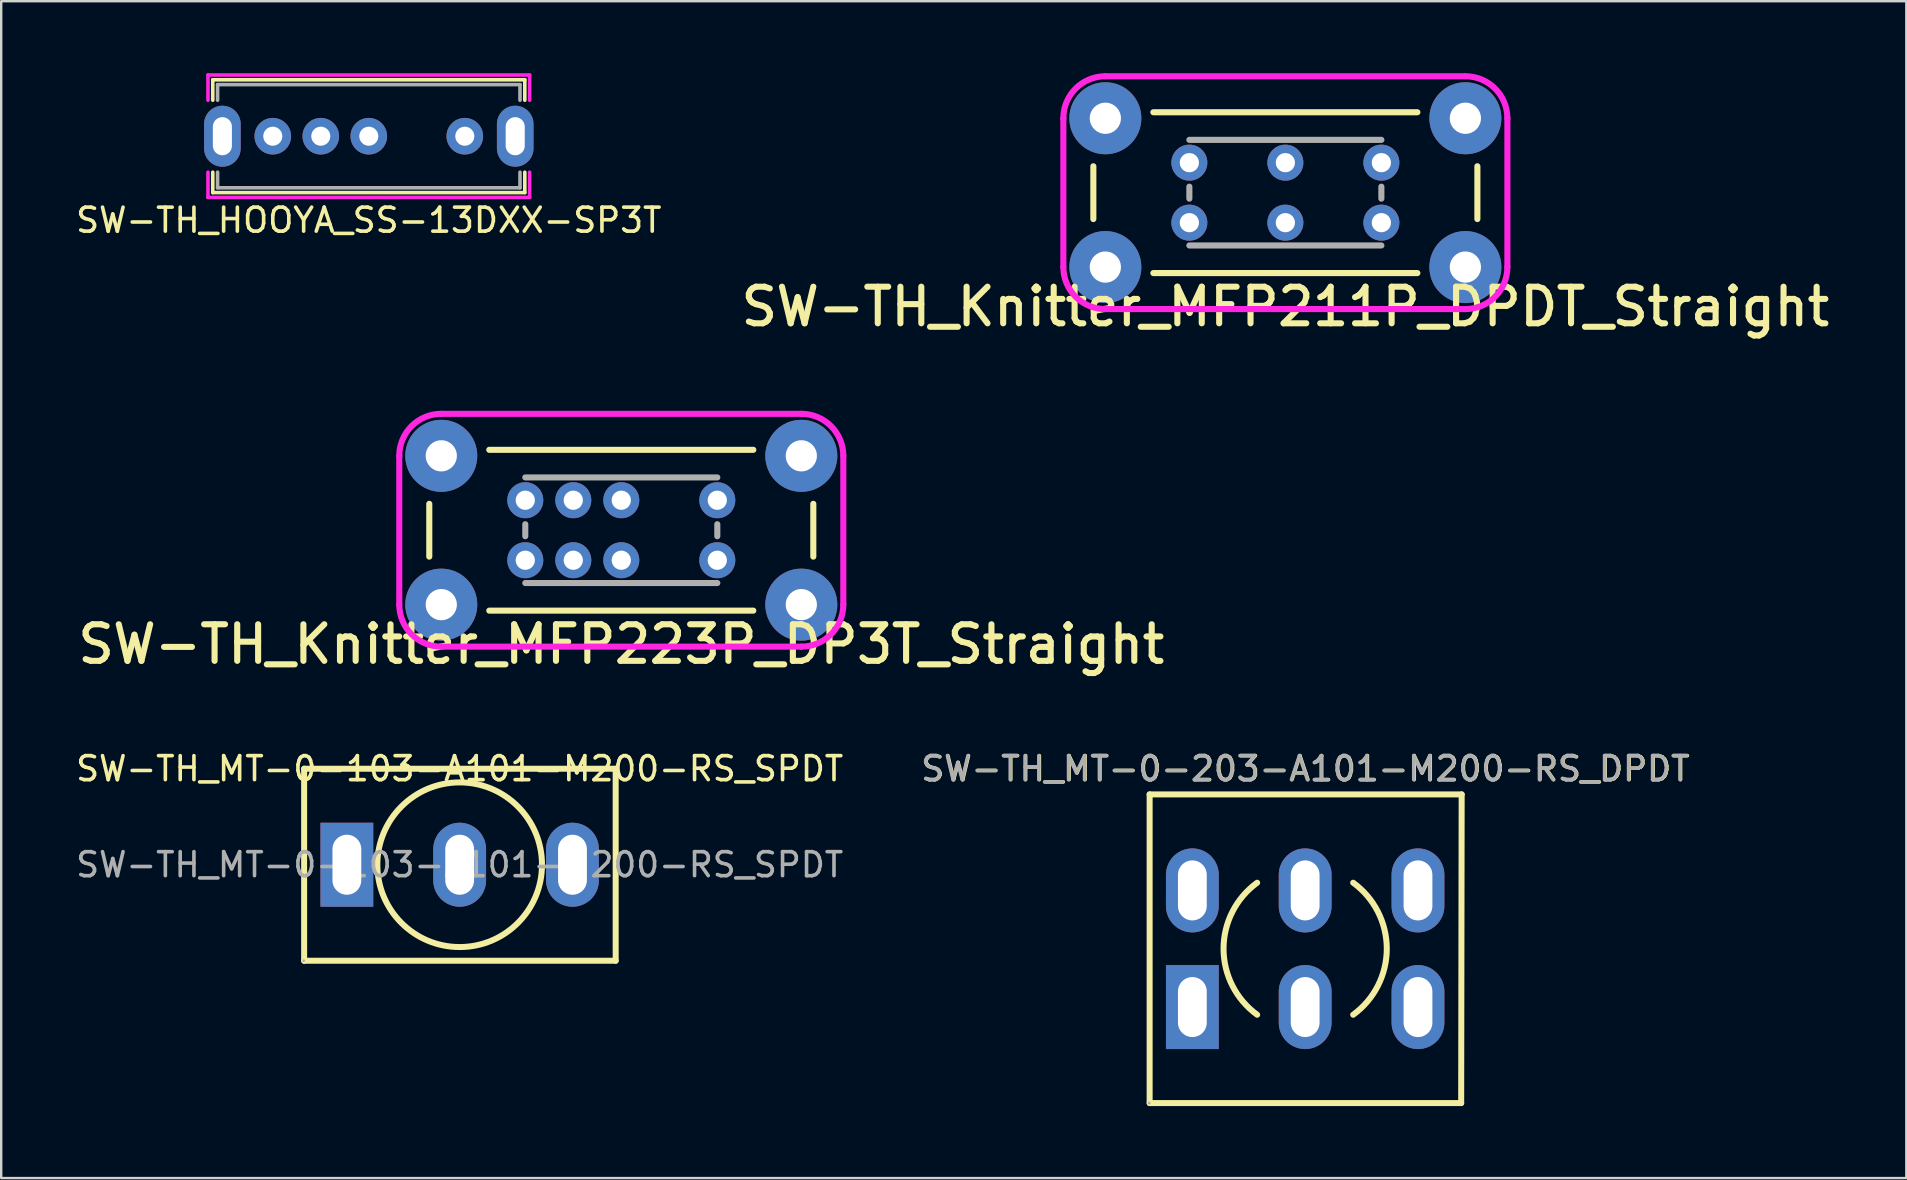
<source format=kicad_pcb>
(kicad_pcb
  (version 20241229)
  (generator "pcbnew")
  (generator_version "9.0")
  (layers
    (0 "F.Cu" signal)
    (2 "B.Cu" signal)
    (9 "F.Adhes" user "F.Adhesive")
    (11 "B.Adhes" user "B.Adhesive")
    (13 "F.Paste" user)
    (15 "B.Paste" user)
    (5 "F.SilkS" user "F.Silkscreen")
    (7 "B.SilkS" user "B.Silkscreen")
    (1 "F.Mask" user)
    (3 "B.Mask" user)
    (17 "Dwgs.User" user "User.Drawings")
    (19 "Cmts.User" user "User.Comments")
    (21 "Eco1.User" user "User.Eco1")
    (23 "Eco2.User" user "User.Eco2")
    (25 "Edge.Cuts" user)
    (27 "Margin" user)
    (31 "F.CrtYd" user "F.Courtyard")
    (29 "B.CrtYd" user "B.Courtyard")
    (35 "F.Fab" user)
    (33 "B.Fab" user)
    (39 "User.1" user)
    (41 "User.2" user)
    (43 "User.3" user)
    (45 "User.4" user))
  (footprint "SW-TH_HOOYA_SS-13DXX-SP3T"
    (layer "F.Cu")
    (at 8.315 2.625)
    (property "Reference" "SW-TH_HOOYA_SS-13DXX-SP3T" (at 4 3.5 0) (layer "F.SilkS") (effects (font (size 1 1) (thickness 0.15))))
    (attr through_hole)
    (fp_line (start -2.5 -2.35) (end 10.5 -2.35) (stroke (width 0.15) (type solid)) (layer "F.SilkS"))
    (fp_line (start -2.5 -1.5) (end -2.5 -2.35) (stroke (width 0.15) (type solid)) (layer "F.SilkS"))
    (fp_line (start -2.5 1.5) (end -2.5 2.35) (stroke (width 0.15) (type solid)) (layer "F.SilkS"))
    (fp_line (start -2.5 2.35) (end 10.5 2.35) (stroke (width 0.15) (type solid)) (layer "F.SilkS"))
    (fp_line (start 10.5 -2.35) (end 10.5 -1.5) (stroke (width 0.15) (type solid)) (layer "F.SilkS"))
    (fp_line (start 10.5 2.35) (end 10.5 1.5) (stroke (width 0.15) (type solid)) (layer "F.SilkS"))
    (fp_line (start -2.7 -2.55) (end 10.7 -2.55) (stroke (width 0.15) (type solid)) (layer "F.CrtYd"))
    (fp_line (start -2.7 -1.5) (end -2.7 -2.55) (stroke (width 0.15) (type solid)) (layer "F.CrtYd"))
    (fp_line (start -2.7 1.5) (end -2.7 2.55) (stroke (width 0.15) (type solid)) (layer "F.CrtYd"))
    (fp_line (start -2.7 2.55) (end 10.7 2.55) (stroke (width 0.15) (type solid)) (layer "F.CrtYd"))
    (fp_line (start 10.7 -2.55) (end 10.7 -1.5) (stroke (width 0.15) (type solid)) (layer "F.CrtYd"))
    (fp_line (start 10.7 2.55) (end 10.7 1.5) (stroke (width 0.15) (type solid)) (layer "F.CrtYd"))
    (fp_line (start -2.3 -2.15) (end 10.3 -2.15) (stroke (width 0.15) (type solid)) (layer "F.Fab"))
    (fp_line (start -2.3 -1.5) (end -2.3 -2.15) (stroke (width 0.15) (type solid)) (layer "F.Fab"))
    (fp_line (start -2.3 1.5) (end -2.3 2.15) (stroke (width 0.15) (type solid)) (layer "F.Fab"))
    (fp_line (start -2.3 2.15) (end 10.3 2.15) (stroke (width 0.15) (type solid)) (layer "F.Fab"))
    (fp_line (start 10.3 -2.15) (end 10.3 -1.5) (stroke (width 0.15) (type solid)) (layer "F.Fab"))
    (fp_line (start 10.3 2.15) (end 10.3 1.5) (stroke (width 0.15) (type solid)) (layer "F.Fab"))
    (pad "" np_thru_hole oval (at -2.1 0) (size 1.524 2.54) (drill oval 0.794 1.587) (layers "*.Cu" "*.Mask"))
    (pad "" np_thru_hole oval (at 10.1 0) (size 1.524 2.54) (drill oval 0.794 1.587) (layers "*.Cu" "*.Mask"))
    (pad "1" thru_hole circle (at 0 0) (size 1.524 1.524) (drill 0.794) (layers "*.Cu" "*.Mask"))
    (pad "2" thru_hole circle (at 2 0) (size 1.524 1.524) (drill 0.794) (layers "*.Cu" "*.Mask"))
    (pad "3" thru_hole circle (at 4 0) (size 1.524 1.524) (drill 0.794) (layers "*.Cu" "*.Mask"))
    (pad "4" thru_hole circle (at 8 0) (size 1.524 1.524) (drill 0.794) (layers "*.Cu" "*.Mask")))
  (footprint "SW-TH_MT-0-103-A101-M200-RS_SPDT"
    (layer "F.Cu")
    (at 16.101 32.977)
    (property "Reference" "SW-TH_MT-0-103-A101-M200-RS_SPDT" (at 0 -4 0) (layer "F.SilkS") (effects (font (size 1 1) (thickness 0.15))))
    (attr through_hole)
    (fp_line (start -6.48 4) (end -6.48 -4) (stroke (width 0.25) (type solid)) (layer "F.SilkS"))
    (fp_line (start 6.5 -4) (end -6.48 -4) (stroke (width 0.25) (type solid)) (layer "F.SilkS"))
    (fp_line (start 6.5 -4) (end 6.5 4) (stroke (width 0.25) (type solid)) (layer "F.SilkS"))
    (fp_line (start 6.5 4) (end -6.48 4) (stroke (width 0.25) (type solid)) (layer "F.SilkS"))
    (fp_circle (center 0 0) (end 3.43 0) (stroke (width 0.25) (type solid)) (fill no) (layer "F.SilkS"))
    (fp_circle (center -6.5 4) (end -6.47 4) (stroke (width 0.06) (type solid)) (fill no) (layer "F.Fab"))
    (fp_text user "${REFERENCE}" (at 0 0 0) (layer "F.Fab") (effects (font (size 1 1) (thickness 0.15))))
    (pad "1" thru_hole rect (at -4.7 0) (size 2.2 3.5) (drill oval 1.2 2.5) (layers "*.Cu" "*.Paste" "*.Mask"))
    (pad "2" thru_hole oval (at 0 0) (size 2.2 3.5) (drill oval 1.2 2.5) (layers "*.Cu" "*.Paste" "*.Mask"))
    (pad "3" thru_hole oval (at 4.7 0) (size 2.2 3.5) (drill oval 1.2 2.5) (layers "*.Cu" "*.Paste" "*.Mask")))
  (footprint "SW-TH_MT-0-203-A101-M200-RS_DPDT"
    (layer "F.Cu")
    (at 51.327 36.477)
    (property "Reference" "SW-TH_MT-0-203-A101-M200-RS_DPDT" (at 0.02 -7.5 0) (layer "F.SilkS") (effects (font (size 1 1) (thickness 0.15))))
    (attr through_hole)
    (fp_line (start -6.48 6.43) (end -6.48 -6.43) (stroke (width 0.25) (type solid)) (layer "F.SilkS"))
    (fp_line (start 6.5 6.43) (end -6.48 6.43) (stroke (width 0.25) (type solid)) (layer "F.SilkS"))
    (fp_line (start 6.52 -6.43) (end -6.48 -6.43) (stroke (width 0.25) (type solid)) (layer "F.SilkS"))
    (fp_line (start 6.52 -6.43) (end 6.5 6.43) (stroke (width 0.25) (type solid)) (layer "F.SilkS"))
    (fp_arc (start -2 2.749999) (mid -3.400367 0) (end -2 -2.749999) (stroke (width 0.25) (type solid)) (layer "F.SilkS"))
    (fp_arc (start 2 -2.749999) (mid 3.400367 0) (end 2 2.749999) (stroke (width 0.25) (type solid)) (layer "F.SilkS"))
    (fp_circle (center -6.5 6.43) (end -6.47 6.43) (stroke (width 0.06) (type solid)) (fill no) (layer "F.Fab"))
    (fp_text user "${REFERENCE}" (at 0 -7.5 0) (layer "F.Fab") (effects (font (size 1 1) (thickness 0.15))))
    (pad "1" thru_hole rect (at -4.7 2.43) (size 2.2 3.5) (drill oval 1.2 2.5) (layers "*.Cu" "*.Paste" "*.Mask"))
    (pad "2" thru_hole oval (at 0 2.43) (size 2.2 3.5) (drill oval 1.2 2.5) (layers "*.Cu" "*.Paste" "*.Mask"))
    (pad "3" thru_hole oval (at 4.7 2.43) (size 2.2 3.5) (drill oval 1.2 2.5) (layers "*.Cu" "*.Paste" "*.Mask"))
    (pad "4" thru_hole oval (at -4.7 -2.43) (size 2.2 3.5) (drill oval 1.2 2.5) (layers "*.Cu" "*.Paste" "*.Mask"))
    (pad "5" thru_hole oval (at 0 -2.43) (size 2.2 3.5) (drill oval 1.2 2.5) (layers "*.Cu" "*.Paste" "*.Mask"))
    (pad "6" thru_hole oval (at 4.7 -2.43) (size 2.2 3.5) (drill oval 1.2 2.5) (layers "*.Cu" "*.Paste" "*.Mask")))
  (footprint "SW-TH_Knitter_MFP211P_DPDT_Straight"
    (layer "F.Cu")
    (at 46.502 3.727)
    (property "Reference" "SW-TH_Knitter_MFP211P_DPDT_Straight" (at 4 6 0) (layer "F.SilkS") (effects (font (size 1.524 1.524) (thickness 0.254))))
    (attr through_hole)
    (fp_line (start -4 0.15) (end -4 2.35) (stroke (width 0.254) (type solid)) (layer "F.SilkS"))
    (fp_line (start -1.5 -2.1) (end 9.5 -2.1) (stroke (width 0.254) (type solid)) (layer "F.SilkS"))
    (fp_line (start -1.5 4.6) (end 9.5 4.6) (stroke (width 0.254) (type solid)) (layer "F.SilkS"))
    (fp_line (start 12 0.15) (end 12 2.35) (stroke (width 0.254) (type solid)) (layer "F.SilkS"))
    (fp_line (start -5.25 4.35) (end -5.25 -1.85) (stroke (width 0.254) (type solid)) (layer "F.CrtYd"))
    (fp_line (start -3.5 -3.6) (end 11.5 -3.6) (stroke (width 0.254) (type solid)) (layer "F.CrtYd"))
    (fp_line (start 11.5 6.1) (end -3.5 6.1) (stroke (width 0.254) (type solid)) (layer "F.CrtYd"))
    (fp_line (start 13.25 -1.85) (end 13.25 4.35) (stroke (width 0.254) (type solid)) (layer "F.CrtYd"))
    (fp_arc (start -5.25 -1.85) (mid -4.737437 -3.087437) (end -3.5 -3.6) (stroke (width 0.254) (type solid)) (layer "F.CrtYd"))
    (fp_arc (start -3.5 6.1) (mid -4.737437 5.587437) (end -5.25 4.35) (stroke (width 0.254) (type solid)) (layer "F.CrtYd"))
    (fp_arc (start 11.5 -3.6) (mid 12.737437 -3.087437) (end 13.25 -1.85) (stroke (width 0.254) (type solid)) (layer "F.CrtYd"))
    (fp_arc (start 13.25 4.35) (mid 12.737437 5.587437) (end 11.5 6.1) (stroke (width 0.254) (type solid)) (layer "F.CrtYd"))
    (fp_line (start 0 -0.95) (end 8 -0.95) (stroke (width 0.254) (type solid)) (layer "F.Fab"))
    (fp_line (start 0 1) (end 0 1.5) (stroke (width 0.254) (type solid)) (layer "F.Fab"))
    (fp_line (start 8 1) (end 8 1.5) (stroke (width 0.254) (type solid)) (layer "F.Fab"))
    (fp_line (start 8 3.45) (end 0 3.45) (stroke (width 0.254) (type solid)) (layer "F.Fab"))
    (pad "" np_thru_hole circle (at -3.5 -1.85) (size 3 3) (drill 1.3) (layers "*.Cu" "*.Mask"))
    (pad "" np_thru_hole circle (at -3.5 4.35) (size 3 3) (drill 1.3) (layers "*.Cu" "*.Mask"))
    (pad "" np_thru_hole circle (at 11.5 -1.85) (size 3 3) (drill 1.3) (layers "*.Cu" "*.Mask"))
    (pad "" np_thru_hole circle (at 11.5 4.35) (size 3 3) (drill 1.3) (layers "*.Cu" "*.Mask"))
    (pad "1" thru_hole circle (at 0 0) (size 1.5 1.5) (drill 0.8) (layers "*.Cu" "*.Mask"))
    (pad "2" thru_hole circle (at 4 0) (size 1.5 1.5) (drill 0.8) (layers "*.Cu" "*.Mask"))
    (pad "3" thru_hole circle (at 8 0) (size 1.5 1.5) (drill 0.8) (layers "*.Cu" "*.Mask"))
    (pad "4" thru_hole circle (at 0 2.5) (size 1.5 1.5) (drill 0.8) (layers "*.Cu" "*.Mask"))
    (pad "5" thru_hole circle (at 4 2.5) (size 1.5 1.5) (drill 0.8) (layers "*.Cu" "*.Mask"))
    (pad "6" thru_hole circle (at 8 2.5) (size 1.5 1.5) (drill 0.8) (layers "*.Cu" "*.Mask")))
  (footprint "SW-TH_Knitter_MFP223P_DP3T_Straight"
    (layer "F.Cu")
    (at 18.835 17.791)
    (property "Reference" "SW-TH_Knitter_MFP223P_DP3T_Straight" (at 4 6 0) (layer "F.SilkS") (effects (font (size 1.524 1.524) (thickness 0.254))))
    (attr through_hole)
    (fp_line (start -4 0.15) (end -4 2.35) (stroke (width 0.254) (type solid)) (layer "F.SilkS"))
    (fp_line (start -1.5 -2.1) (end 9.5 -2.1) (stroke (width 0.254) (type solid)) (layer "F.SilkS"))
    (fp_line (start -1.5 4.6) (end 9.5 4.6) (stroke (width 0.254) (type solid)) (layer "F.SilkS"))
    (fp_line (start 12 0.15) (end 12 2.35) (stroke (width 0.254) (type solid)) (layer "F.SilkS"))
    (fp_line (start -5.25 4.35) (end -5.25 -1.85) (stroke (width 0.254) (type solid)) (layer "F.CrtYd"))
    (fp_line (start -3.5 -3.6) (end 11.5 -3.6) (stroke (width 0.254) (type solid)) (layer "F.CrtYd"))
    (fp_line (start 11.5 6.1) (end -3.5 6.1) (stroke (width 0.254) (type solid)) (layer "F.CrtYd"))
    (fp_line (start 13.25 -1.85) (end 13.25 4.35) (stroke (width 0.254) (type solid)) (layer "F.CrtYd"))
    (fp_arc (start -5.25 -1.85) (mid -4.737437 -3.087437) (end -3.5 -3.6) (stroke (width 0.254) (type solid)) (layer "F.CrtYd"))
    (fp_arc (start -3.5 6.1) (mid -4.737437 5.587437) (end -5.25 4.35) (stroke (width 0.254) (type solid)) (layer "F.CrtYd"))
    (fp_arc (start 11.5 -3.6) (mid 12.737437 -3.087437) (end 13.25 -1.85) (stroke (width 0.254) (type solid)) (layer "F.CrtYd"))
    (fp_arc (start 13.25 4.35) (mid 12.737437 5.587437) (end 11.5 6.1) (stroke (width 0.254) (type solid)) (layer "F.CrtYd"))
    (fp_line (start 0 -0.95) (end 8 -0.95) (stroke (width 0.254) (type solid)) (layer "F.Fab"))
    (fp_line (start 0 1) (end 0 1.5) (stroke (width 0.254) (type solid)) (layer "F.Fab"))
    (fp_line (start 8 1) (end 8 1.5) (stroke (width 0.254) (type solid)) (layer "F.Fab"))
    (fp_line (start 8 3.45) (end 0 3.45) (stroke (width 0.254) (type solid)) (layer "F.Fab"))
    (pad "" np_thru_hole circle (at -3.5 -1.85) (size 3 3) (drill 1.3) (layers "*.Cu" "*.Mask"))
    (pad "" np_thru_hole circle (at -3.5 4.35) (size 3 3) (drill 1.3) (layers "*.Cu" "*.Mask"))
    (pad "" np_thru_hole circle (at 11.5 -1.85) (size 3 3) (drill 1.3) (layers "*.Cu" "*.Mask"))
    (pad "" np_thru_hole circle (at 11.5 4.35) (size 3 3) (drill 1.3) (layers "*.Cu" "*.Mask"))
    (pad "1" thru_hole circle (at 0 0) (size 1.5 1.5) (drill 0.8) (layers "*.Cu" "*.Mask"))
    (pad "2" thru_hole circle (at 2 0) (size 1.5 1.5) (drill 0.8) (layers "*.Cu" "*.Mask"))
    (pad "3" thru_hole circle (at 4 0) (size 1.5 1.5) (drill 0.8) (layers "*.Cu" "*.Mask"))
    (pad "4" thru_hole circle (at 8 0) (size 1.5 1.5) (drill 0.8) (layers "*.Cu" "*.Mask"))
    (pad "5" thru_hole circle (at 0 2.5) (size 1.5 1.5) (drill 0.8) (layers "*.Cu" "*.Mask"))
    (pad "6" thru_hole circle (at 2 2.5) (size 1.5 1.5) (drill 0.8) (layers "*.Cu" "*.Mask"))
    (pad "7" thru_hole circle (at 4 2.5) (size 1.5 1.5) (drill 0.8) (layers "*.Cu" "*.Mask"))
    (pad "8" thru_hole circle (at 8 2.5) (size 1.5 1.5) (drill 0.8) (layers "*.Cu" "*.Mask")))
  (gr_rect
    (start -3 -3)
    (end 76.373 46.032)
    (stroke (width 0.1) (type default))
    (fill no)
    (layer "Edge.Cuts")))
</source>
